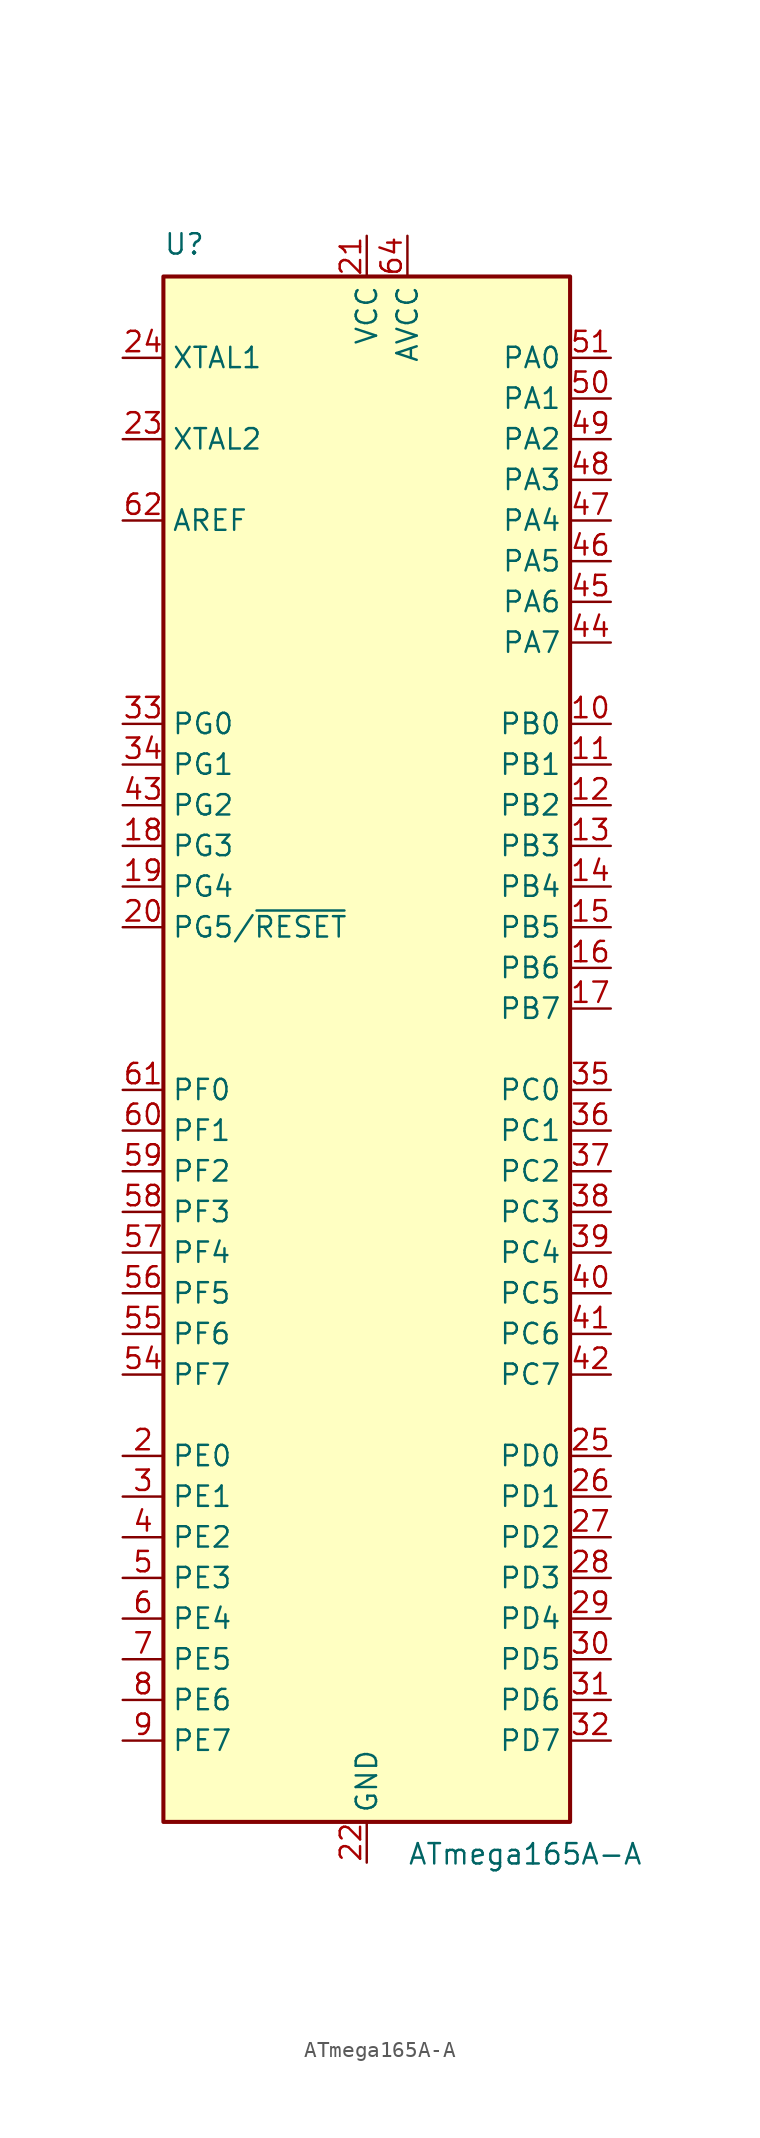
<source format=kicad_sym>
(kicad_symbol_lib
  (version 20241209)
  (generator "kicad_symbol_editor")
  (generator_version "9.0")
  (symbol "ATmega165A-A"
    (property "Reference" "U"
      (at -12.7 49.53 0)
      (effects (font (size 1.27 1.27)) (justify left bottom)))
    (property "Value" "ATmega165A-A"
      (at 2.54 -49.53 0)
      (effects (font (size 1.27 1.27)) (justify left top)))
    (symbol "ATmega165A-A_0_1"
      (rectangle (start -12.7 -48.26) (end 12.7 48.26) (stroke (width 0.254) (type default)) (fill (type background))))
    (symbol "ATmega165A-A_1_1"
      (pin input line (at -15.24 43.18 0) (length 2.54) (name "XTAL1" (effects (font (size 1.27 1.27)))) (number "24" (effects (font (size 1.27 1.27)))))
      (pin output line (at -15.24 38.1 0) (length 2.54) (name "XTAL2" (effects (font (size 1.27 1.27)))) (number "23" (effects (font (size 1.27 1.27)))))
      (pin passive line (at -15.24 33.02 0) (length 2.54) (name "AREF" (effects (font (size 1.27 1.27)))) (number "62" (effects (font (size 1.27 1.27)))))
      (pin bidirectional line (at -15.24 20.32 0) (length 2.54) (name "PG0" (effects (font (size 1.27 1.27)))) (number "33" (effects (font (size 1.27 1.27)))))
      (pin bidirectional line (at -15.24 17.78 0) (length 2.54) (name "PG1" (effects (font (size 1.27 1.27)))) (number "34" (effects (font (size 1.27 1.27)))))
      (pin bidirectional line (at -15.24 15.24 0) (length 2.54) (name "PG2" (effects (font (size 1.27 1.27)))) (number "43" (effects (font (size 1.27 1.27)))))
      (pin bidirectional line (at -15.24 12.7 0) (length 2.54) (name "PG3" (effects (font (size 1.27 1.27)))) (number "18" (effects (font (size 1.27 1.27)))))
      (pin bidirectional line (at -15.24 10.16 0) (length 2.54) (name "PG4" (effects (font (size 1.27 1.27)))) (number "19" (effects (font (size 1.27 1.27)))))
      (pin bidirectional line (at -15.24 7.62 0) (length 2.54) (name "PG5/~{RESET}" (effects (font (size 1.27 1.27)))) (number "20" (effects (font (size 1.27 1.27)))))
      (pin bidirectional line (at -15.24 -2.54 0) (length 2.54) (name "PF0" (effects (font (size 1.27 1.27)))) (number "61" (effects (font (size 1.27 1.27)))))
      (pin bidirectional line (at -15.24 -5.08 0) (length 2.54) (name "PF1" (effects (font (size 1.27 1.27)))) (number "60" (effects (font (size 1.27 1.27)))))
      (pin bidirectional line (at -15.24 -7.62 0) (length 2.54) (name "PF2" (effects (font (size 1.27 1.27)))) (number "59" (effects (font (size 1.27 1.27)))))
      (pin bidirectional line (at -15.24 -10.16 0) (length 2.54) (name "PF3" (effects (font (size 1.27 1.27)))) (number "58" (effects (font (size 1.27 1.27)))))
      (pin bidirectional line (at -15.24 -12.7 0) (length 2.54) (name "PF4" (effects (font (size 1.27 1.27)))) (number "57" (effects (font (size 1.27 1.27)))))
      (pin bidirectional line (at -15.24 -15.24 0) (length 2.54) (name "PF5" (effects (font (size 1.27 1.27)))) (number "56" (effects (font (size 1.27 1.27)))))
      (pin bidirectional line (at -15.24 -17.78 0) (length 2.54) (name "PF6" (effects (font (size 1.27 1.27)))) (number "55" (effects (font (size 1.27 1.27)))))
      (pin bidirectional line (at -15.24 -20.32 0) (length 2.54) (name "PF7" (effects (font (size 1.27 1.27)))) (number "54" (effects (font (size 1.27 1.27)))))
      (pin bidirectional line (at -15.24 -25.4 0) (length 2.54) (name "PE0" (effects (font (size 1.27 1.27)))) (number "2" (effects (font (size 1.27 1.27)))))
      (pin bidirectional line (at -15.24 -27.94 0) (length 2.54) (name "PE1" (effects (font (size 1.27 1.27)))) (number "3" (effects (font (size 1.27 1.27)))))
      (pin bidirectional line (at -15.24 -30.48 0) (length 2.54) (name "PE2" (effects (font (size 1.27 1.27)))) (number "4" (effects (font (size 1.27 1.27)))))
      (pin bidirectional line (at -15.24 -33.02 0) (length 2.54) (name "PE3" (effects (font (size 1.27 1.27)))) (number "5" (effects (font (size 1.27 1.27)))))
      (pin bidirectional line (at -15.24 -35.56 0) (length 2.54) (name "PE4" (effects (font (size 1.27 1.27)))) (number "6" (effects (font (size 1.27 1.27)))))
      (pin bidirectional line (at -15.24 -38.1 0) (length 2.54) (name "PE5" (effects (font (size 1.27 1.27)))) (number "7" (effects (font (size 1.27 1.27)))))
      (pin bidirectional line (at -15.24 -40.64 0) (length 2.54) (name "PE6" (effects (font (size 1.27 1.27)))) (number "8" (effects (font (size 1.27 1.27)))))
      (pin bidirectional line (at -15.24 -43.18 0) (length 2.54) (name "PE7" (effects (font (size 1.27 1.27)))) (number "9" (effects (font (size 1.27 1.27)))))
      (pin no_connect line (at -12.7 -45.72 0) (length 2.54) (hide yes) (name "NC" (effects (font (size 1.27 1.27)))) (number "1" (effects (font (size 1.27 1.27)))))
      (pin power_in line (at 0 50.8 270) (length 2.54) (name "VCC" (effects (font (size 1.27 1.27)))) (number "21" (effects (font (size 1.27 1.27)))))
      (pin passive line (at 0 50.8 270) (length 2.54) (hide yes) (name "VCC" (effects (font (size 1.27 1.27)))) (number "52" (effects (font (size 1.27 1.27)))))
      (pin power_in line (at 0 -50.8 90) (length 2.54) (name "GND" (effects (font (size 1.27 1.27)))) (number "22" (effects (font (size 1.27 1.27)))))
      (pin passive line (at 0 -50.8 90) (length 2.54) (hide yes) (name "GND" (effects (font (size 1.27 1.27)))) (number "53" (effects (font (size 1.27 1.27)))))
      (pin passive line (at 0 -50.8 90) (length 2.54) (hide yes) (name "GND" (effects (font (size 1.27 1.27)))) (number "63" (effects (font (size 1.27 1.27)))))
      (pin power_in line (at 2.54 50.8 270) (length 2.54) (name "AVCC" (effects (font (size 1.27 1.27)))) (number "64" (effects (font (size 1.27 1.27)))))
      (pin bidirectional line (at 15.24 43.18 180) (length 2.54) (name "PA0" (effects (font (size 1.27 1.27)))) (number "51" (effects (font (size 1.27 1.27)))))
      (pin bidirectional line (at 15.24 40.64 180) (length 2.54) (name "PA1" (effects (font (size 1.27 1.27)))) (number "50" (effects (font (size 1.27 1.27)))))
      (pin bidirectional line (at 15.24 38.1 180) (length 2.54) (name "PA2" (effects (font (size 1.27 1.27)))) (number "49" (effects (font (size 1.27 1.27)))))
      (pin bidirectional line (at 15.24 35.56 180) (length 2.54) (name "PA3" (effects (font (size 1.27 1.27)))) (number "48" (effects (font (size 1.27 1.27)))))
      (pin bidirectional line (at 15.24 33.02 180) (length 2.54) (name "PA4" (effects (font (size 1.27 1.27)))) (number "47" (effects (font (size 1.27 1.27)))))
      (pin bidirectional line (at 15.24 30.48 180) (length 2.54) (name "PA5" (effects (font (size 1.27 1.27)))) (number "46" (effects (font (size 1.27 1.27)))))
      (pin bidirectional line (at 15.24 27.94 180) (length 2.54) (name "PA6" (effects (font (size 1.27 1.27)))) (number "45" (effects (font (size 1.27 1.27)))))
      (pin bidirectional line (at 15.24 25.4 180) (length 2.54) (name "PA7" (effects (font (size 1.27 1.27)))) (number "44" (effects (font (size 1.27 1.27)))))
      (pin bidirectional line (at 15.24 20.32 180) (length 2.54) (name "PB0" (effects (font (size 1.27 1.27)))) (number "10" (effects (font (size 1.27 1.27)))))
      (pin bidirectional line (at 15.24 17.78 180) (length 2.54) (name "PB1" (effects (font (size 1.27 1.27)))) (number "11" (effects (font (size 1.27 1.27)))))
      (pin bidirectional line (at 15.24 15.24 180) (length 2.54) (name "PB2" (effects (font (size 1.27 1.27)))) (number "12" (effects (font (size 1.27 1.27)))))
      (pin bidirectional line (at 15.24 12.7 180) (length 2.54) (name "PB3" (effects (font (size 1.27 1.27)))) (number "13" (effects (font (size 1.27 1.27)))))
      (pin bidirectional line (at 15.24 10.16 180) (length 2.54) (name "PB4" (effects (font (size 1.27 1.27)))) (number "14" (effects (font (size 1.27 1.27)))))
      (pin bidirectional line (at 15.24 7.62 180) (length 2.54) (name "PB5" (effects (font (size 1.27 1.27)))) (number "15" (effects (font (size 1.27 1.27)))))
      (pin bidirectional line (at 15.24 5.08 180) (length 2.54) (name "PB6" (effects (font (size 1.27 1.27)))) (number "16" (effects (font (size 1.27 1.27)))))
      (pin bidirectional line (at 15.24 2.54 180) (length 2.54) (name "PB7" (effects (font (size 1.27 1.27)))) (number "17" (effects (font (size 1.27 1.27)))))
      (pin bidirectional line (at 15.24 -2.54 180) (length 2.54) (name "PC0" (effects (font (size 1.27 1.27)))) (number "35" (effects (font (size 1.27 1.27)))))
      (pin bidirectional line (at 15.24 -5.08 180) (length 2.54) (name "PC1" (effects (font (size 1.27 1.27)))) (number "36" (effects (font (size 1.27 1.27)))))
      (pin bidirectional line (at 15.24 -7.62 180) (length 2.54) (name "PC2" (effects (font (size 1.27 1.27)))) (number "37" (effects (font (size 1.27 1.27)))))
      (pin bidirectional line (at 15.24 -10.16 180) (length 2.54) (name "PC3" (effects (font (size 1.27 1.27)))) (number "38" (effects (font (size 1.27 1.27)))))
      (pin bidirectional line (at 15.24 -12.7 180) (length 2.54) (name "PC4" (effects (font (size 1.27 1.27)))) (number "39" (effects (font (size 1.27 1.27)))))
      (pin bidirectional line (at 15.24 -15.24 180) (length 2.54) (name "PC5" (effects (font (size 1.27 1.27)))) (number "40" (effects (font (size 1.27 1.27)))))
      (pin bidirectional line (at 15.24 -17.78 180) (length 2.54) (name "PC6" (effects (font (size 1.27 1.27)))) (number "41" (effects (font (size 1.27 1.27)))))
      (pin bidirectional line (at 15.24 -20.32 180) (length 2.54) (name "PC7" (effects (font (size 1.27 1.27)))) (number "42" (effects (font (size 1.27 1.27)))))
      (pin bidirectional line (at 15.24 -25.4 180) (length 2.54) (name "PD0" (effects (font (size 1.27 1.27)))) (number "25" (effects (font (size 1.27 1.27)))))
      (pin bidirectional line (at 15.24 -27.94 180) (length 2.54) (name "PD1" (effects (font (size 1.27 1.27)))) (number "26" (effects (font (size 1.27 1.27)))))
      (pin bidirectional line (at 15.24 -30.48 180) (length 2.54) (name "PD2" (effects (font (size 1.27 1.27)))) (number "27" (effects (font (size 1.27 1.27)))))
      (pin bidirectional line (at 15.24 -33.02 180) (length 2.54) (name "PD3" (effects (font (size 1.27 1.27)))) (number "28" (effects (font (size 1.27 1.27)))))
      (pin bidirectional line (at 15.24 -35.56 180) (length 2.54) (name "PD4" (effects (font (size 1.27 1.27)))) (number "29" (effects (font (size 1.27 1.27)))))
      (pin bidirectional line (at 15.24 -38.1 180) (length 2.54) (name "PD5" (effects (font (size 1.27 1.27)))) (number "30" (effects (font (size 1.27 1.27)))))
      (pin bidirectional line (at 15.24 -40.64 180) (length 2.54) (name "PD6" (effects (font (size 1.27 1.27)))) (number "31" (effects (font (size 1.27 1.27)))))
      (pin bidirectional line (at 15.24 -43.18 180) (length 2.54) (name "PD7" (effects (font (size 1.27 1.27)))) (number "32" (effects (font (size 1.27 1.27))))))))
</source>
